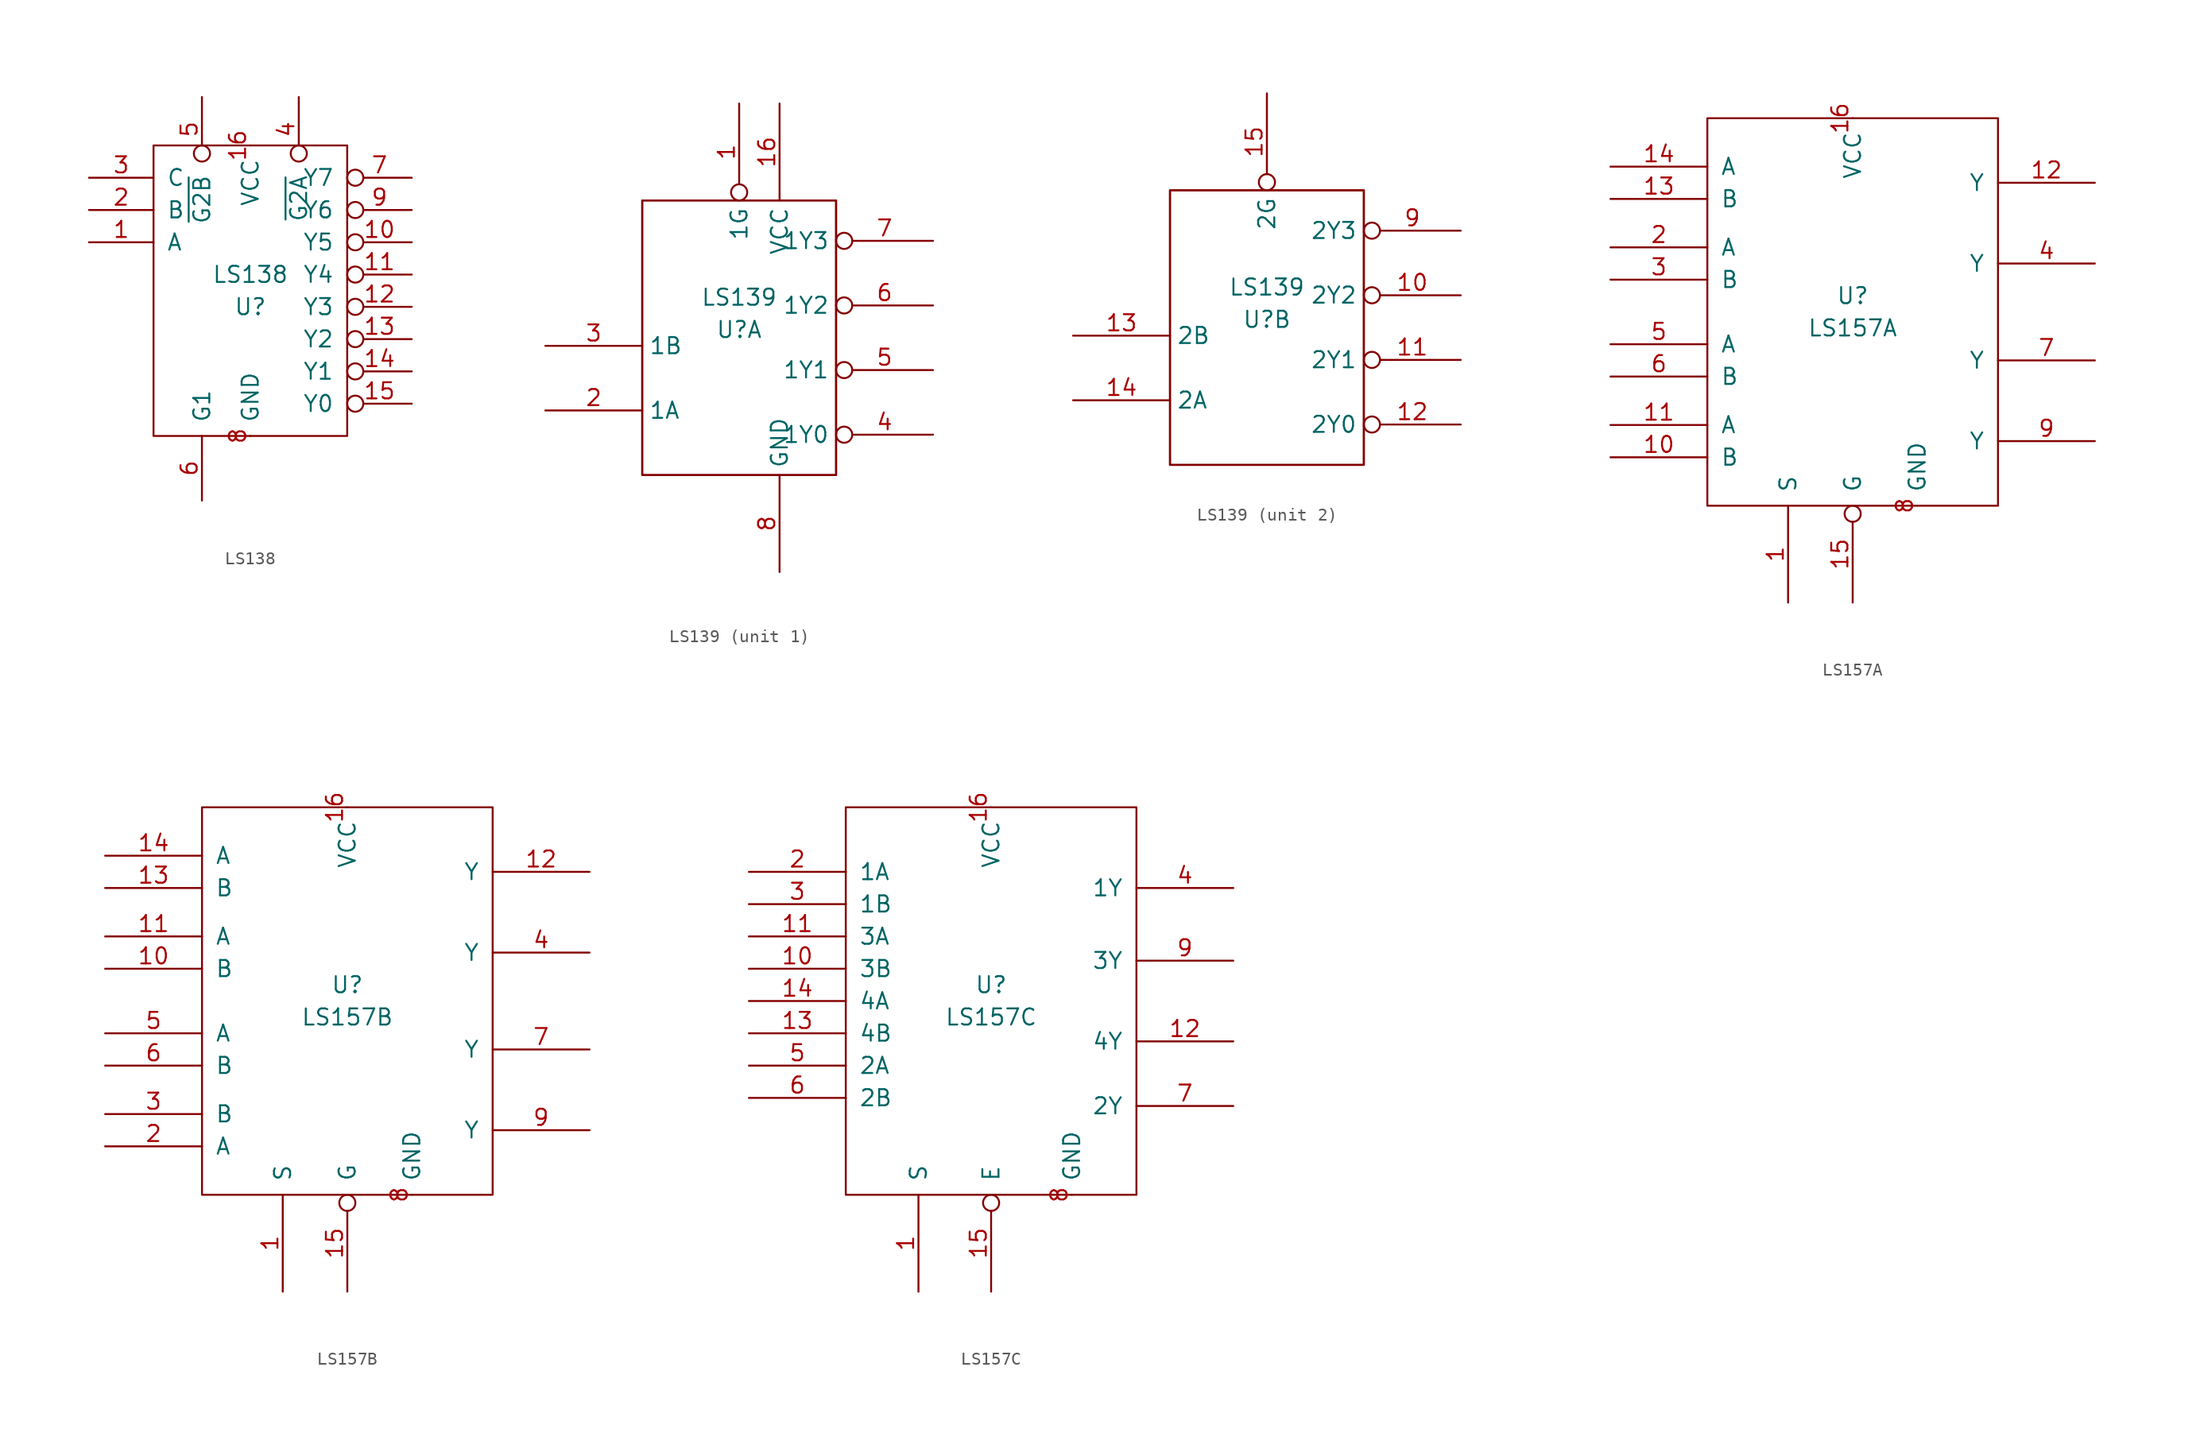
<source format=kicad_sym>
(kicad_symbol_lib
  (version 20211014)
  (generator kicad_symbol_editor)
  (symbol "LS138"
    (pin_names
      (offset 1.016))
    (property "Reference" "U"
      (at 0 -1.27 0)
      (effects (font (size 1.27 1.27))))
    (property "Value" "LS138"
      (at 0 1.27 0)
      (effects (font (size 1.27 1.27))))
    (symbol "LS138_1_1"
      (rectangle (start -7.62 11.43) (end 7.62 -11.43) (stroke (width 0) (type default) (color 0 0 0 0)) (fill (type none)))
      (pin input line (at -12.7 3.81 0) (length 5.08) (name "A" (effects (font (size 1.27 1.27)))) (number "1" (effects (font (size 1.27 1.27)))))
      (pin output inverted (at 12.7 3.81 180) (length 5.08) (name "Y5" (effects (font (size 1.27 1.27)))) (number "10" (effects (font (size 1.27 1.27)))))
      (pin output inverted (at 12.7 1.27 180) (length 5.08) (name "Y4" (effects (font (size 1.27 1.27)))) (number "11" (effects (font (size 1.27 1.27)))))
      (pin output inverted (at 12.7 -1.27 180) (length 5.08) (name "Y3" (effects (font (size 1.27 1.27)))) (number "12" (effects (font (size 1.27 1.27)))))
      (pin output inverted (at 12.7 -3.81 180) (length 5.08) (name "Y2" (effects (font (size 1.27 1.27)))) (number "13" (effects (font (size 1.27 1.27)))))
      (pin output inverted (at 12.7 -6.35 180) (length 5.08) (name "Y1" (effects (font (size 1.27 1.27)))) (number "14" (effects (font (size 1.27 1.27)))))
      (pin output inverted (at 12.7 -8.89 180) (length 5.08) (name "Y0" (effects (font (size 1.27 1.27)))) (number "15" (effects (font (size 1.27 1.27)))))
      (pin power_in line (at 0 11.43 270) (length 0) (name "VCC" (effects (font (size 1.27 1.27)))) (number "16" (effects (font (size 1.27 1.27)))))
      (pin input line (at -12.7 6.35 0) (length 5.08) (name "B" (effects (font (size 1.27 1.27)))) (number "2" (effects (font (size 1.27 1.27)))))
      (pin input line (at -12.7 8.89 0) (length 5.08) (name "C" (effects (font (size 1.27 1.27)))) (number "3" (effects (font (size 1.27 1.27)))))
      (pin input inverted (at 3.81 15.24 270) (length 5.08) (name "~{G2A}" (effects (font (size 1.27 1.27)))) (number "4" (effects (font (size 1.27 1.27)))))
      (pin input inverted (at -3.81 15.24 270) (length 5.08) (name "~{G2B}" (effects (font (size 1.27 1.27)))) (number "5" (effects (font (size 1.27 1.27)))))
      (pin input line (at -3.81 -16.51 90) (length 5.08) (name "G1" (effects (font (size 1.27 1.27)))) (number "6" (effects (font (size 1.27 1.27)))))
      (pin output inverted (at 12.7 8.89 180) (length 5.08) (name "Y7" (effects (font (size 1.27 1.27)))) (number "7" (effects (font (size 1.27 1.27)))))
      (pin power_in line (at 0 -11.43 90) (length 0) (name "GND" (effects (font (size 1.27 1.27)))) (number "8" (effects (font (size 1.27 1.27)))))
      (pin output inverted (at 12.7 6.35 180) (length 5.08) (name "Y6" (effects (font (size 1.27 1.27)))) (number "9" (effects (font (size 1.27 1.27)))))))
  (symbol "LS139"
    (property "Reference" "U"
      (at 0 1.27 0)
      (effects (font (size 1.27 1.27))))
    (property "Value" "LS139"
      (at 0 3.81 0)
      (effects (font (size 1.27 1.27))))
    (symbol "LS139_0_0"
      (rectangle (start -7.62 11.43) (end 7.62 -10.16) (stroke (width 0) (type default) (color 0 0 0 0)) (fill (type none)))
      (rectangle (start -7.62 11.43) (end 7.62 -10.16) (stroke (width 0) (type default) (color 0 0 0 0)) (fill (type none))))
    (symbol "LS139_1_1"
      (pin input inverted (at 0 19.05 270) (length 7.62) (name "1G" (effects (font (size 1.27 1.27)))) (number "1" (effects (font (size 1.27 1.27)))))
      (pin power_in line (at 3.175 19.05 270) (length 7.62) (name "VCC" (effects (font (size 1.27 1.27)))) (number "16" (effects (font (size 1.27 1.27)))))
      (pin input line (at -15.24 -5.08 0) (length 7.62) (name "1A" (effects (font (size 1.27 1.27)))) (number "2" (effects (font (size 1.27 1.27)))))
      (pin input line (at -15.24 0 0) (length 7.62) (name "1B" (effects (font (size 1.27 1.27)))) (number "3" (effects (font (size 1.27 1.27)))))
      (pin output inverted (at 15.24 -6.985 180) (length 7.62) (name "1Y0" (effects (font (size 1.27 1.27)))) (number "4" (effects (font (size 1.27 1.27)))))
      (pin output inverted (at 15.24 -1.905 180) (length 7.62) (name "1Y1" (effects (font (size 1.27 1.27)))) (number "5" (effects (font (size 1.27 1.27)))))
      (pin output inverted (at 15.24 3.175 180) (length 7.62) (name "1Y2" (effects (font (size 1.27 1.27)))) (number "6" (effects (font (size 1.27 1.27)))))
      (pin output inverted (at 15.24 8.255 180) (length 7.62) (name "1Y3" (effects (font (size 1.27 1.27)))) (number "7" (effects (font (size 1.27 1.27)))))
      (pin power_in line (at 3.175 -17.78 90) (length 7.62) (name "GND" (effects (font (size 1.27 1.27)))) (number "8" (effects (font (size 1.27 1.27))))))
    (symbol "LS139_2_1"
      (pin output inverted (at 15.24 3.175 180) (length 7.62) (name "2Y2" (effects (font (size 1.27 1.27)))) (number "10" (effects (font (size 1.27 1.27)))))
      (pin output inverted (at 15.24 -1.905 180) (length 7.62) (name "2Y1" (effects (font (size 1.27 1.27)))) (number "11" (effects (font (size 1.27 1.27)))))
      (pin output inverted (at 15.24 -6.985 180) (length 7.62) (name "2Y0" (effects (font (size 1.27 1.27)))) (number "12" (effects (font (size 1.27 1.27)))))
      (pin input line (at -15.24 0 0) (length 7.62) (name "2B" (effects (font (size 1.27 1.27)))) (number "13" (effects (font (size 1.27 1.27)))))
      (pin input line (at -15.24 -5.08 0) (length 7.62) (name "2A" (effects (font (size 1.27 1.27)))) (number "14" (effects (font (size 1.27 1.27)))))
      (pin input inverted (at 0 19.05 270) (length 7.62) (name "2G" (effects (font (size 1.27 1.27)))) (number "15" (effects (font (size 1.27 1.27)))))
      (pin output inverted (at 15.24 8.255 180) (length 7.62) (name "2Y3" (effects (font (size 1.27 1.27)))) (number "9" (effects (font (size 1.27 1.27)))))))
  (symbol "LS157A"
    (pin_names
      (offset 1.016))
    (property "Reference" "U"
      (at 0 1.27 0)
      (effects (font (size 1.27 1.27))))
    (property "Value" "LS157A"
      (at 0 -1.27 0)
      (effects (font (size 1.27 1.27))))
    (symbol "LS157A_1_1"
      (rectangle (start -11.43 15.24) (end 11.43 -15.24) (stroke (width 0) (type default) (color 0 0 0 0)) (fill (type none)))
      (pin input line (at -5.08 -22.86 90) (length 7.62) (name "S" (effects (font (size 1.27 1.27)))) (number "1" (effects (font (size 1.27 1.27)))))
      (pin input line (at -19.05 -11.43 0) (length 7.62) (name "B" (effects (font (size 1.27 1.27)))) (number "10" (effects (font (size 1.27 1.27)))))
      (pin input line (at -19.05 -8.89 0) (length 7.62) (name "A" (effects (font (size 1.27 1.27)))) (number "11" (effects (font (size 1.27 1.27)))))
      (pin output line (at 19.05 10.16 180) (length 7.62) (name "Y" (effects (font (size 1.27 1.27)))) (number "12" (effects (font (size 1.27 1.27)))))
      (pin input line (at -19.05 8.89 0) (length 7.62) (name "B" (effects (font (size 1.27 1.27)))) (number "13" (effects (font (size 1.27 1.27)))))
      (pin input line (at -19.05 11.43 0) (length 7.62) (name "A" (effects (font (size 1.27 1.27)))) (number "14" (effects (font (size 1.27 1.27)))))
      (pin input inverted (at 0 -22.86 90) (length 7.62) (name "G" (effects (font (size 1.27 1.27)))) (number "15" (effects (font (size 1.27 1.27)))))
      (pin power_in line (at 0 15.24 270) (length 0) (name "VCC" (effects (font (size 1.27 1.27)))) (number "16" (effects (font (size 1.27 1.27)))))
      (pin input line (at -19.05 5.08 0) (length 7.62) (name "A" (effects (font (size 1.27 1.27)))) (number "2" (effects (font (size 1.27 1.27)))))
      (pin input line (at -19.05 2.54 0) (length 7.62) (name "B" (effects (font (size 1.27 1.27)))) (number "3" (effects (font (size 1.27 1.27)))))
      (pin output line (at 19.05 3.81 180) (length 7.62) (name "Y" (effects (font (size 1.27 1.27)))) (number "4" (effects (font (size 1.27 1.27)))))
      (pin input line (at -19.05 -2.54 0) (length 7.62) (name "A" (effects (font (size 1.27 1.27)))) (number "5" (effects (font (size 1.27 1.27)))))
      (pin input line (at -19.05 -5.08 0) (length 7.62) (name "B" (effects (font (size 1.27 1.27)))) (number "6" (effects (font (size 1.27 1.27)))))
      (pin output line (at 19.05 -3.81 180) (length 7.62) (name "Y" (effects (font (size 1.27 1.27)))) (number "7" (effects (font (size 1.27 1.27)))))
      (pin power_in line (at 5.08 -15.24 90) (length 0) (name "GND" (effects (font (size 1.27 1.27)))) (number "8" (effects (font (size 1.27 1.27)))))
      (pin output line (at 19.05 -10.16 180) (length 7.62) (name "Y" (effects (font (size 1.27 1.27)))) (number "9" (effects (font (size 1.27 1.27)))))))
  (symbol "LS157B"
    (pin_names
      (offset 1.016))
    (property "Reference" "U"
      (at 0 1.27 0)
      (effects (font (size 1.27 1.27))))
    (property "Value" "LS157B"
      (at 0 -1.27 0)
      (effects (font (size 1.27 1.27))))
    (symbol "LS157B_1_1"
      (rectangle (start -11.43 15.24) (end 11.43 -15.24) (stroke (width 0) (type default) (color 0 0 0 0)) (fill (type none)))
      (pin input line (at -5.08 -22.86 90) (length 7.62) (name "S" (effects (font (size 1.27 1.27)))) (number "1" (effects (font (size 1.27 1.27)))))
      (pin input line (at -19.05 2.54 0) (length 7.62) (name "B" (effects (font (size 1.27 1.27)))) (number "10" (effects (font (size 1.27 1.27)))))
      (pin input line (at -19.05 5.08 0) (length 7.62) (name "A" (effects (font (size 1.27 1.27)))) (number "11" (effects (font (size 1.27 1.27)))))
      (pin output line (at 19.05 10.16 180) (length 7.62) (name "Y" (effects (font (size 1.27 1.27)))) (number "12" (effects (font (size 1.27 1.27)))))
      (pin input line (at -19.05 8.89 0) (length 7.62) (name "B" (effects (font (size 1.27 1.27)))) (number "13" (effects (font (size 1.27 1.27)))))
      (pin input line (at -19.05 11.43 0) (length 7.62) (name "A" (effects (font (size 1.27 1.27)))) (number "14" (effects (font (size 1.27 1.27)))))
      (pin input inverted (at 0 -22.86 90) (length 7.62) (name "G" (effects (font (size 1.27 1.27)))) (number "15" (effects (font (size 1.27 1.27)))))
      (pin power_in line (at 0 15.24 270) (length 0) (name "VCC" (effects (font (size 1.27 1.27)))) (number "16" (effects (font (size 1.27 1.27)))))
      (pin input line (at -19.05 -11.43 0) (length 7.62) (name "A" (effects (font (size 1.27 1.27)))) (number "2" (effects (font (size 1.27 1.27)))))
      (pin input line (at -19.05 -8.89 0) (length 7.62) (name "B" (effects (font (size 1.27 1.27)))) (number "3" (effects (font (size 1.27 1.27)))))
      (pin output line (at 19.05 3.81 180) (length 7.62) (name "Y" (effects (font (size 1.27 1.27)))) (number "4" (effects (font (size 1.27 1.27)))))
      (pin input line (at -19.05 -2.54 0) (length 7.62) (name "A" (effects (font (size 1.27 1.27)))) (number "5" (effects (font (size 1.27 1.27)))))
      (pin input line (at -19.05 -5.08 0) (length 7.62) (name "B" (effects (font (size 1.27 1.27)))) (number "6" (effects (font (size 1.27 1.27)))))
      (pin output line (at 19.05 -3.81 180) (length 7.62) (name "Y" (effects (font (size 1.27 1.27)))) (number "7" (effects (font (size 1.27 1.27)))))
      (pin power_in line (at 5.08 -15.24 90) (length 0) (name "GND" (effects (font (size 1.27 1.27)))) (number "8" (effects (font (size 1.27 1.27)))))
      (pin output line (at 19.05 -10.16 180) (length 7.62) (name "Y" (effects (font (size 1.27 1.27)))) (number "9" (effects (font (size 1.27 1.27)))))))
  (symbol "LS157C"
    (pin_names
      (offset 1.016))
    (property "Reference" "U"
      (at 0 1.27 0)
      (effects (font (size 1.27 1.27))))
    (property "Value" "LS157C"
      (at 0 -1.27 0)
      (effects (font (size 1.27 1.27))))
    (symbol "LS157C_1_1"
      (rectangle (start -11.43 15.24) (end 11.43 -15.24) (stroke (width 0) (type default) (color 0 0 0 0)) (fill (type none)))
      (pin input line (at -5.715 -22.86 90) (length 7.62) (name "S" (effects (font (size 1.27 1.27)))) (number "1" (effects (font (size 1.27 1.27)))))
      (pin input line (at -19.05 2.54 0) (length 7.62) (name "3B" (effects (font (size 1.27 1.27)))) (number "10" (effects (font (size 1.27 1.27)))))
      (pin input line (at -19.05 5.08 0) (length 7.62) (name "3A" (effects (font (size 1.27 1.27)))) (number "11" (effects (font (size 1.27 1.27)))))
      (pin output line (at 19.05 -3.175 180) (length 7.62) (name "4Y" (effects (font (size 1.27 1.27)))) (number "12" (effects (font (size 1.27 1.27)))))
      (pin input line (at -19.05 -2.54 0) (length 7.62) (name "4B" (effects (font (size 1.27 1.27)))) (number "13" (effects (font (size 1.27 1.27)))))
      (pin input line (at -19.05 0 0) (length 7.62) (name "4A" (effects (font (size 1.27 1.27)))) (number "14" (effects (font (size 1.27 1.27)))))
      (pin input inverted (at 0 -22.86 90) (length 7.62) (name "E" (effects (font (size 1.27 1.27)))) (number "15" (effects (font (size 1.27 1.27)))))
      (pin power_in line (at 0 15.24 270) (length 0) (name "VCC" (effects (font (size 1.27 1.27)))) (number "16" (effects (font (size 1.27 1.27)))))
      (pin input line (at -19.05 10.16 0) (length 7.62) (name "1A" (effects (font (size 1.27 1.27)))) (number "2" (effects (font (size 1.27 1.27)))))
      (pin input line (at -19.05 7.62 0) (length 7.62) (name "1B" (effects (font (size 1.27 1.27)))) (number "3" (effects (font (size 1.27 1.27)))))
      (pin output line (at 19.05 8.89 180) (length 7.62) (name "1Y" (effects (font (size 1.27 1.27)))) (number "4" (effects (font (size 1.27 1.27)))))
      (pin input line (at -19.05 -5.08 0) (length 7.62) (name "2A" (effects (font (size 1.27 1.27)))) (number "5" (effects (font (size 1.27 1.27)))))
      (pin input line (at -19.05 -7.62 0) (length 7.62) (name "2B" (effects (font (size 1.27 1.27)))) (number "6" (effects (font (size 1.27 1.27)))))
      (pin output line (at 19.05 -8.255 180) (length 7.62) (name "2Y" (effects (font (size 1.27 1.27)))) (number "7" (effects (font (size 1.27 1.27)))))
      (pin power_in line (at 6.35 -15.24 90) (length 0) (name "GND" (effects (font (size 1.27 1.27)))) (number "8" (effects (font (size 1.27 1.27)))))
      (pin output line (at 19.05 3.175 180) (length 7.62) (name "3Y" (effects (font (size 1.27 1.27)))) (number "9" (effects (font (size 1.27 1.27))))))))
</source>
